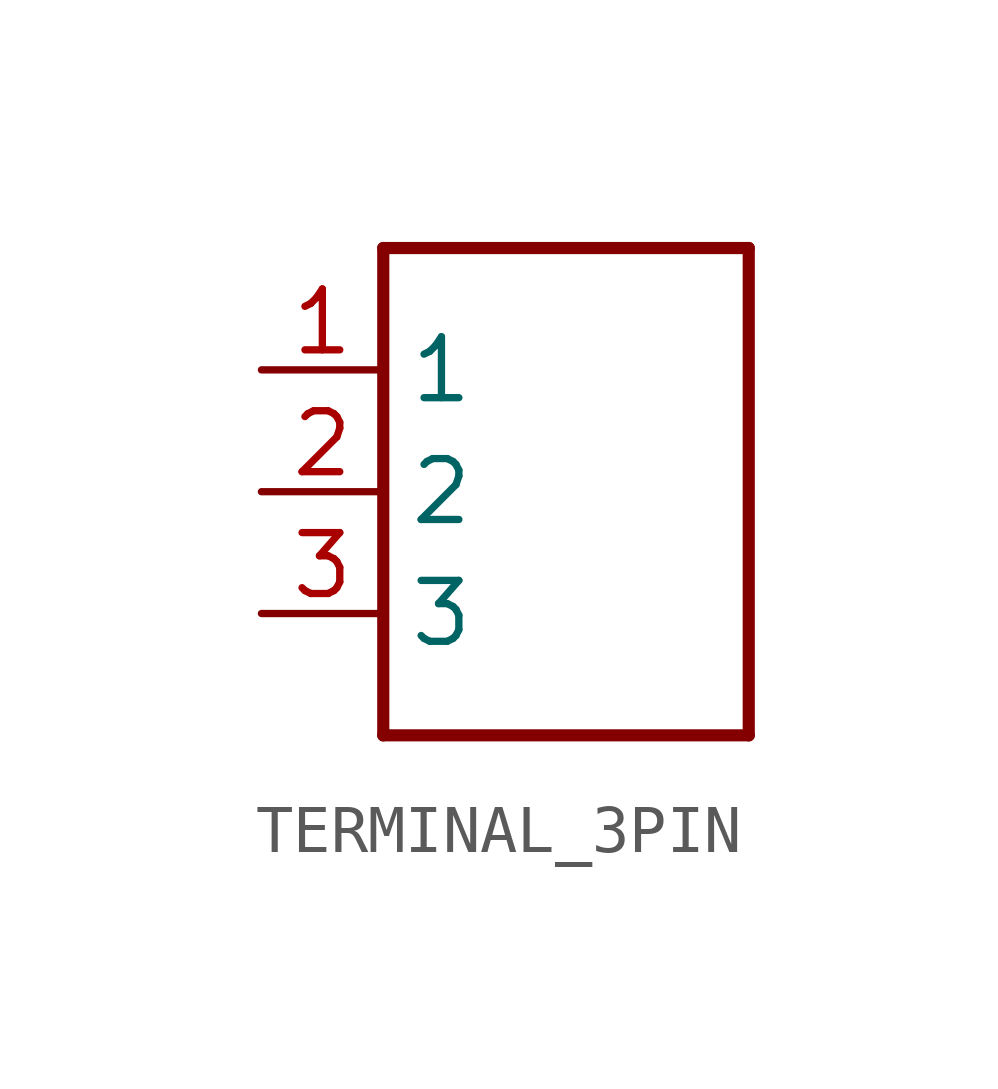
<source format=kicad_sym>
(kicad_symbol_lib
  (version 20211014)
  (generator kicad_symbol_editor)
  (symbol "TERMINAL_3PIN"
    (property "Reference" ""
      (at 0 0 0)
      (effects (font (size 1.27 1.27)) hide))
    (property "ki_locked" ""
      (at 0 0 0)
      (effects (font (size 1.27 1.27))))
    (symbol "TERMINAL_3PIN_1_0"
      (polyline (pts (xy 0 -7.62) (xy 7.62 -7.62)) (stroke (width 0.254) (type default) (color 0 0 0 0)) (fill (type none)))
      (polyline (pts (xy 0 2.54) (xy 0 -7.62)) (stroke (width 0.254) (type default) (color 0 0 0 0)) (fill (type none)))
      (polyline (pts (xy 7.62 -7.62) (xy 7.62 2.54)) (stroke (width 0.254) (type default) (color 0 0 0 0)) (fill (type none)))
      (polyline (pts (xy 7.62 2.54) (xy 0 2.54)) (stroke (width 0.254) (type default) (color 0 0 0 0)) (fill (type none)))
      (pin bidirectional line (at -2.54 0 0) (length 2.54) (name "1" (effects (font (size 1.27 1.27)))) (number "1" (effects (font (size 1.27 1.27)))))
      (pin bidirectional line (at -2.54 -2.54 0) (length 2.54) (name "2" (effects (font (size 1.27 1.27)))) (number "2" (effects (font (size 1.27 1.27)))))
      (pin bidirectional line (at -2.54 -5.08 0) (length 2.54) (name "3" (effects (font (size 1.27 1.27)))) (number "3" (effects (font (size 1.27 1.27))))))))
</source>
